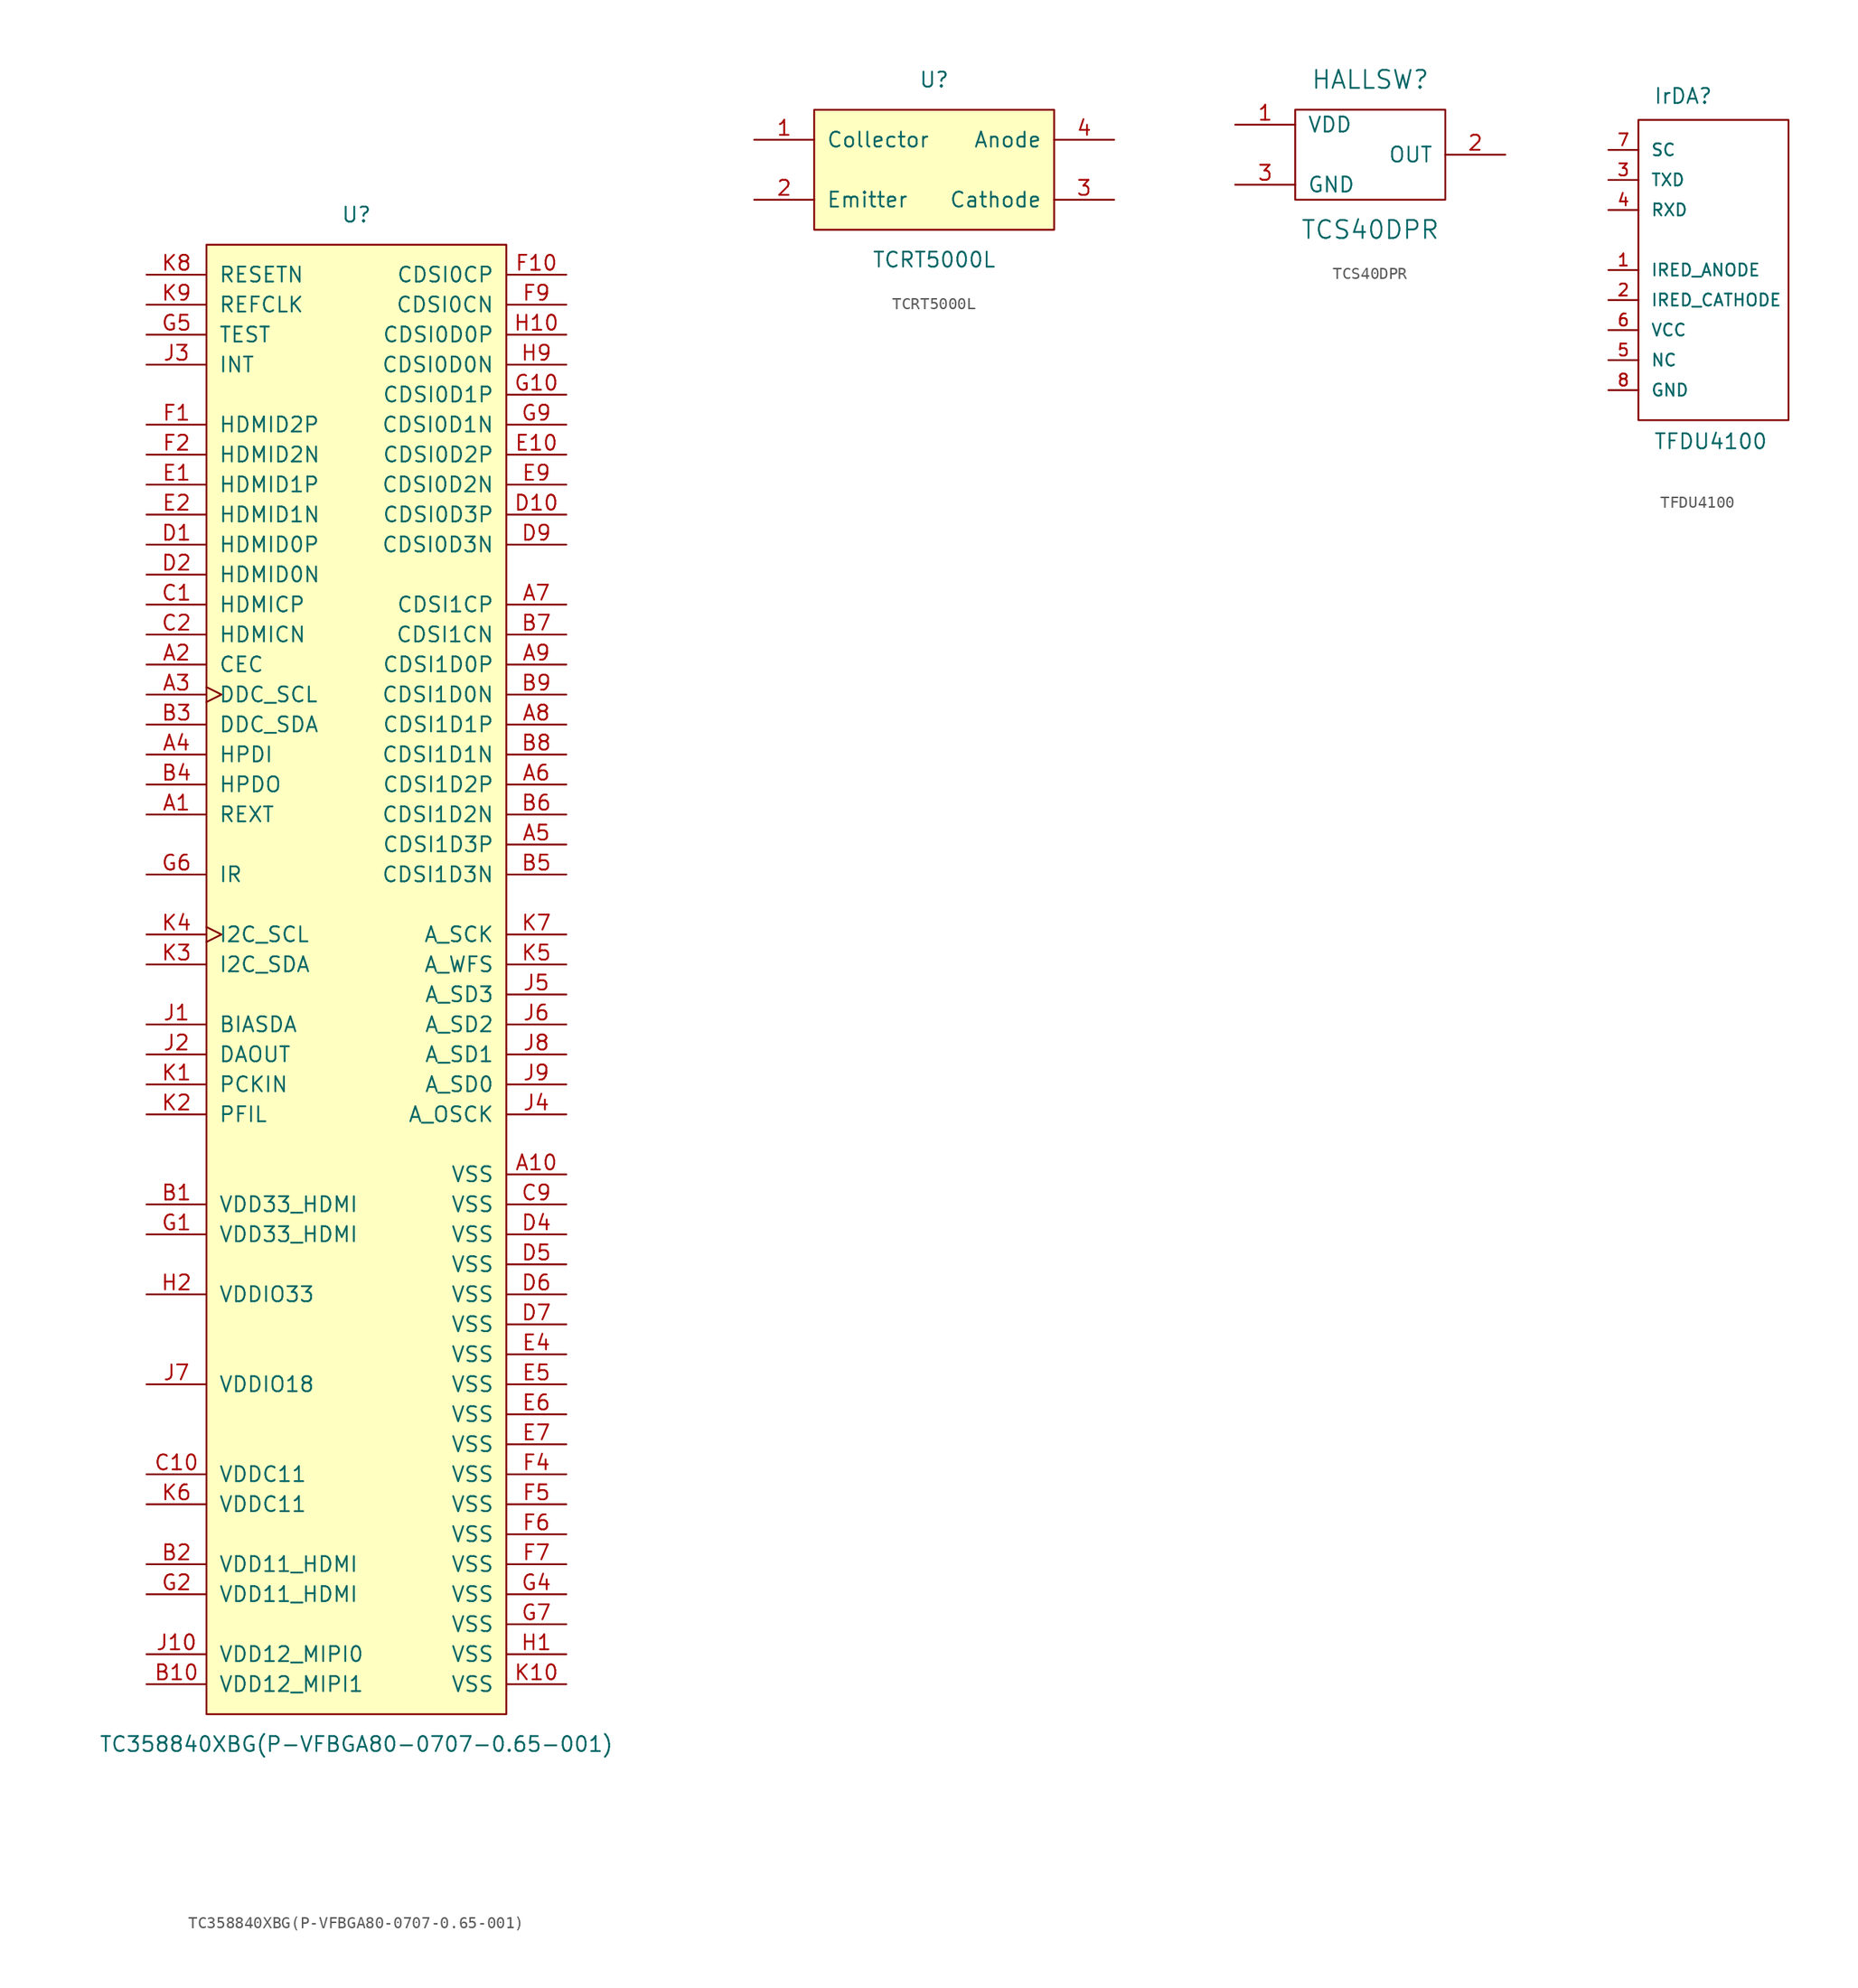
<source format=kicad_sym>
(kicad_symbol_lib
  (version 20220914)
  (generator kicad_symbol_editor)
  (symbol "TC358840XBG(P-VFBGA80-0707-0.65-001)"
    (pin_names
      (offset 1.016))
    (property "Reference" "U"
      (at 0 63.5 0)
      (effects (font (size 1.27 1.27))))
    (property "Value" "TC358840XBG(P-VFBGA80-0707-0.65-001)"
      (at 0 -66.04 0)
      (effects (font (size 1.27 1.27))))
    (symbol "TC358840XBG(P-VFBGA80-0707-0.65-001)_0_1"
      (rectangle (start -12.7 60.96) (end 12.7 -63.5) (stroke (width 0) (type solid)) (fill (type background))))
    (symbol "TC358840XBG(P-VFBGA80-0707-0.65-001)_1_1"
      (pin input line (at -17.78 12.7 0) (length 5.08) (name "REXT" (effects (font (size 1.27 1.27)))) (number "A1" (effects (font (size 1.27 1.27)))))
      (pin power_in line (at 17.78 -17.78 180) (length 5.08) (name "VSS" (effects (font (size 1.27 1.27)))) (number "A10" (effects (font (size 1.27 1.27)))))
      (pin bidirectional line (at -17.78 25.4 0) (length 5.08) (name "CEC" (effects (font (size 1.27 1.27)))) (number "A2" (effects (font (size 1.27 1.27)))))
      (pin bidirectional clock (at -17.78 22.86 0) (length 5.08) (name "DDC_SCL" (effects (font (size 1.27 1.27)))) (number "A3" (effects (font (size 1.27 1.27)))))
      (pin input line (at -17.78 17.78 0) (length 5.08) (name "HPDI" (effects (font (size 1.27 1.27)))) (number "A4" (effects (font (size 1.27 1.27)))))
      (pin output line (at 17.78 10.16 180) (length 5.08) (name "CDSI1D3P" (effects (font (size 1.27 1.27)))) (number "A5" (effects (font (size 1.27 1.27)))))
      (pin output line (at 17.78 15.24 180) (length 5.08) (name "CDSI1D2P" (effects (font (size 1.27 1.27)))) (number "A6" (effects (font (size 1.27 1.27)))))
      (pin output line (at 17.78 30.48 180) (length 5.08) (name "CDSI1CP" (effects (font (size 1.27 1.27)))) (number "A7" (effects (font (size 1.27 1.27)))))
      (pin output line (at 17.78 20.32 180) (length 5.08) (name "CDSI1D1P" (effects (font (size 1.27 1.27)))) (number "A8" (effects (font (size 1.27 1.27)))))
      (pin output line (at 17.78 25.4 180) (length 5.08) (name "CDSI1D0P" (effects (font (size 1.27 1.27)))) (number "A9" (effects (font (size 1.27 1.27)))))
      (pin power_in line (at -17.78 -20.32 0) (length 5.08) (name "VDD33_HDMI" (effects (font (size 1.27 1.27)))) (number "B1" (effects (font (size 1.27 1.27)))))
      (pin power_in line (at -17.78 -60.96 0) (length 5.08) (name "VDD12_MIPI1" (effects (font (size 1.27 1.27)))) (number "B10" (effects (font (size 1.27 1.27)))))
      (pin power_in line (at -17.78 -50.8 0) (length 5.08) (name "VDD11_HDMI" (effects (font (size 1.27 1.27)))) (number "B2" (effects (font (size 1.27 1.27)))))
      (pin bidirectional line (at -17.78 20.32 0) (length 5.08) (name "DDC_SDA" (effects (font (size 1.27 1.27)))) (number "B3" (effects (font (size 1.27 1.27)))))
      (pin output line (at -17.78 15.24 0) (length 5.08) (name "HPDO" (effects (font (size 1.27 1.27)))) (number "B4" (effects (font (size 1.27 1.27)))))
      (pin output line (at 17.78 7.62 180) (length 5.08) (name "CDSI1D3N" (effects (font (size 1.27 1.27)))) (number "B5" (effects (font (size 1.27 1.27)))))
      (pin output line (at 17.78 12.7 180) (length 5.08) (name "CDSI1D2N" (effects (font (size 1.27 1.27)))) (number "B6" (effects (font (size 1.27 1.27)))))
      (pin output line (at 17.78 27.94 180) (length 5.08) (name "CDSI1CN" (effects (font (size 1.27 1.27)))) (number "B7" (effects (font (size 1.27 1.27)))))
      (pin output line (at 17.78 17.78 180) (length 5.08) (name "CDSI1D1N" (effects (font (size 1.27 1.27)))) (number "B8" (effects (font (size 1.27 1.27)))))
      (pin output line (at 17.78 22.86 180) (length 5.08) (name "CDSI1D0N" (effects (font (size 1.27 1.27)))) (number "B9" (effects (font (size 1.27 1.27)))))
      (pin input line (at -17.78 30.48 0) (length 5.08) (name "HDMICP" (effects (font (size 1.27 1.27)))) (number "C1" (effects (font (size 1.27 1.27)))))
      (pin power_in line (at -17.78 -43.18 0) (length 5.08) (name "VDDC11" (effects (font (size 1.27 1.27)))) (number "C10" (effects (font (size 1.27 1.27)))))
      (pin input line (at -17.78 27.94 0) (length 5.08) (name "HDMICN" (effects (font (size 1.27 1.27)))) (number "C2" (effects (font (size 1.27 1.27)))))
      (pin power_in line (at 17.78 -20.32 180) (length 5.08) (name "VSS" (effects (font (size 1.27 1.27)))) (number "C9" (effects (font (size 1.27 1.27)))))
      (pin input line (at -17.78 35.56 0) (length 5.08) (name "HDMID0P" (effects (font (size 1.27 1.27)))) (number "D1" (effects (font (size 1.27 1.27)))))
      (pin output line (at 17.78 38.1 180) (length 5.08) (name "CDSI0D3P" (effects (font (size 1.27 1.27)))) (number "D10" (effects (font (size 1.27 1.27)))))
      (pin input line (at -17.78 33.02 0) (length 5.08) (name "HDMID0N" (effects (font (size 1.27 1.27)))) (number "D2" (effects (font (size 1.27 1.27)))))
      (pin power_in line (at 17.78 -22.86 180) (length 5.08) (name "VSS" (effects (font (size 1.27 1.27)))) (number "D4" (effects (font (size 1.27 1.27)))))
      (pin power_in line (at 17.78 -25.4 180) (length 5.08) (name "VSS" (effects (font (size 1.27 1.27)))) (number "D5" (effects (font (size 1.27 1.27)))))
      (pin power_in line (at 17.78 -27.94 180) (length 5.08) (name "VSS" (effects (font (size 1.27 1.27)))) (number "D6" (effects (font (size 1.27 1.27)))))
      (pin power_in line (at 17.78 -30.48 180) (length 5.08) (name "VSS" (effects (font (size 1.27 1.27)))) (number "D7" (effects (font (size 1.27 1.27)))))
      (pin output line (at 17.78 35.56 180) (length 5.08) (name "CDSI0D3N" (effects (font (size 1.27 1.27)))) (number "D9" (effects (font (size 1.27 1.27)))))
      (pin input line (at -17.78 40.64 0) (length 5.08) (name "HDMID1P" (effects (font (size 1.27 1.27)))) (number "E1" (effects (font (size 1.27 1.27)))))
      (pin output line (at 17.78 43.18 180) (length 5.08) (name "CDSI0D2P" (effects (font (size 1.27 1.27)))) (number "E10" (effects (font (size 1.27 1.27)))))
      (pin input line (at -17.78 38.1 0) (length 5.08) (name "HDMID1N" (effects (font (size 1.27 1.27)))) (number "E2" (effects (font (size 1.27 1.27)))))
      (pin power_in line (at 17.78 -33.02 180) (length 5.08) (name "VSS" (effects (font (size 1.27 1.27)))) (number "E4" (effects (font (size 1.27 1.27)))))
      (pin power_in line (at 17.78 -35.56 180) (length 5.08) (name "VSS" (effects (font (size 1.27 1.27)))) (number "E5" (effects (font (size 1.27 1.27)))))
      (pin power_in line (at 17.78 -38.1 180) (length 5.08) (name "VSS" (effects (font (size 1.27 1.27)))) (number "E6" (effects (font (size 1.27 1.27)))))
      (pin power_in line (at 17.78 -40.64 180) (length 5.08) (name "VSS" (effects (font (size 1.27 1.27)))) (number "E7" (effects (font (size 1.27 1.27)))))
      (pin output line (at 17.78 40.64 180) (length 5.08) (name "CDSI0D2N" (effects (font (size 1.27 1.27)))) (number "E9" (effects (font (size 1.27 1.27)))))
      (pin input line (at -17.78 45.72 0) (length 5.08) (name "HDMID2P" (effects (font (size 1.27 1.27)))) (number "F1" (effects (font (size 1.27 1.27)))))
      (pin output line (at 17.78 58.42 180) (length 5.08) (name "CDSI0CP" (effects (font (size 1.27 1.27)))) (number "F10" (effects (font (size 1.27 1.27)))))
      (pin input line (at -17.78 43.18 0) (length 5.08) (name "HDMID2N" (effects (font (size 1.27 1.27)))) (number "F2" (effects (font (size 1.27 1.27)))))
      (pin power_in line (at 17.78 -43.18 180) (length 5.08) (name "VSS" (effects (font (size 1.27 1.27)))) (number "F4" (effects (font (size 1.27 1.27)))))
      (pin power_in line (at 17.78 -45.72 180) (length 5.08) (name "VSS" (effects (font (size 1.27 1.27)))) (number "F5" (effects (font (size 1.27 1.27)))))
      (pin power_in line (at 17.78 -48.26 180) (length 5.08) (name "VSS" (effects (font (size 1.27 1.27)))) (number "F6" (effects (font (size 1.27 1.27)))))
      (pin power_in line (at 17.78 -50.8 180) (length 5.08) (name "VSS" (effects (font (size 1.27 1.27)))) (number "F7" (effects (font (size 1.27 1.27)))))
      (pin output line (at 17.78 55.88 180) (length 5.08) (name "CDSI0CN" (effects (font (size 1.27 1.27)))) (number "F9" (effects (font (size 1.27 1.27)))))
      (pin power_in line (at -17.78 -22.86 0) (length 5.08) (name "VDD33_HDMI" (effects (font (size 1.27 1.27)))) (number "G1" (effects (font (size 1.27 1.27)))))
      (pin output line (at 17.78 48.26 180) (length 5.08) (name "CDSI0D1P" (effects (font (size 1.27 1.27)))) (number "G10" (effects (font (size 1.27 1.27)))))
      (pin power_in line (at -17.78 -53.34 0) (length 5.08) (name "VDD11_HDMI" (effects (font (size 1.27 1.27)))) (number "G2" (effects (font (size 1.27 1.27)))))
      (pin power_in line (at 17.78 -53.34 180) (length 5.08) (name "VSS" (effects (font (size 1.27 1.27)))) (number "G4" (effects (font (size 1.27 1.27)))))
      (pin input line (at -17.78 53.34 0) (length 5.08) (name "TEST" (effects (font (size 1.27 1.27)))) (number "G5" (effects (font (size 1.27 1.27)))))
      (pin input line (at -17.78 7.62 0) (length 5.08) (name "IR" (effects (font (size 1.27 1.27)))) (number "G6" (effects (font (size 1.27 1.27)))))
      (pin power_in line (at 17.78 -55.88 180) (length 5.08) (name "VSS" (effects (font (size 1.27 1.27)))) (number "G7" (effects (font (size 1.27 1.27)))))
      (pin output line (at 17.78 45.72 180) (length 5.08) (name "CDSI0D1N" (effects (font (size 1.27 1.27)))) (number "G9" (effects (font (size 1.27 1.27)))))
      (pin power_in line (at 17.78 -58.42 180) (length 5.08) (name "VSS" (effects (font (size 1.27 1.27)))) (number "H1" (effects (font (size 1.27 1.27)))))
      (pin output line (at 17.78 53.34 180) (length 5.08) (name "CDSI0D0P" (effects (font (size 1.27 1.27)))) (number "H10" (effects (font (size 1.27 1.27)))))
      (pin power_in line (at -17.78 -27.94 0) (length 5.08) (name "VDDIO33" (effects (font (size 1.27 1.27)))) (number "H2" (effects (font (size 1.27 1.27)))))
      (pin output line (at 17.78 50.8 180) (length 5.08) (name "CDSI0D0N" (effects (font (size 1.27 1.27)))) (number "H9" (effects (font (size 1.27 1.27)))))
      (pin output line (at -17.78 -5.08 0) (length 5.08) (name "BIASDA" (effects (font (size 1.27 1.27)))) (number "J1" (effects (font (size 1.27 1.27)))))
      (pin power_in line (at -17.78 -58.42 0) (length 5.08) (name "VDD12_MIPI0" (effects (font (size 1.27 1.27)))) (number "J10" (effects (font (size 1.27 1.27)))))
      (pin output line (at -17.78 -7.62 0) (length 5.08) (name "DAOUT" (effects (font (size 1.27 1.27)))) (number "J2" (effects (font (size 1.27 1.27)))))
      (pin output line (at -17.78 50.8 0) (length 5.08) (name "INT" (effects (font (size 1.27 1.27)))) (number "J3" (effects (font (size 1.27 1.27)))))
      (pin output line (at 17.78 -12.7 180) (length 5.08) (name "A_OSCK" (effects (font (size 1.27 1.27)))) (number "J4" (effects (font (size 1.27 1.27)))))
      (pin output line (at 17.78 -2.54 180) (length 5.08) (name "A_SD3" (effects (font (size 1.27 1.27)))) (number "J5" (effects (font (size 1.27 1.27)))))
      (pin output line (at 17.78 -5.08 180) (length 5.08) (name "A_SD2" (effects (font (size 1.27 1.27)))) (number "J6" (effects (font (size 1.27 1.27)))))
      (pin power_in line (at -17.78 -35.56 0) (length 5.08) (name "VDDIO18" (effects (font (size 1.27 1.27)))) (number "J7" (effects (font (size 1.27 1.27)))))
      (pin output line (at 17.78 -7.62 180) (length 5.08) (name "A_SD1" (effects (font (size 1.27 1.27)))) (number "J8" (effects (font (size 1.27 1.27)))))
      (pin output line (at 17.78 -10.16 180) (length 5.08) (name "A_SD0" (effects (font (size 1.27 1.27)))) (number "J9" (effects (font (size 1.27 1.27)))))
      (pin input line (at -17.78 -10.16 0) (length 5.08) (name "PCKIN" (effects (font (size 1.27 1.27)))) (number "K1" (effects (font (size 1.27 1.27)))))
      (pin power_in line (at 17.78 -60.96 180) (length 5.08) (name "VSS" (effects (font (size 1.27 1.27)))) (number "K10" (effects (font (size 1.27 1.27)))))
      (pin output line (at -17.78 -12.7 0) (length 5.08) (name "PFIL" (effects (font (size 1.27 1.27)))) (number "K2" (effects (font (size 1.27 1.27)))))
      (pin bidirectional line (at -17.78 0 0) (length 5.08) (name "I2C_SDA" (effects (font (size 1.27 1.27)))) (number "K3" (effects (font (size 1.27 1.27)))))
      (pin input clock (at -17.78 2.54 0) (length 5.08) (name "I2C_SCL" (effects (font (size 1.27 1.27)))) (number "K4" (effects (font (size 1.27 1.27)))))
      (pin output line (at 17.78 0 180) (length 5.08) (name "A_WFS" (effects (font (size 1.27 1.27)))) (number "K5" (effects (font (size 1.27 1.27)))))
      (pin power_in line (at -17.78 -45.72 0) (length 5.08) (name "VDDC11" (effects (font (size 1.27 1.27)))) (number "K6" (effects (font (size 1.27 1.27)))))
      (pin output line (at 17.78 2.54 180) (length 5.08) (name "A_SCK" (effects (font (size 1.27 1.27)))) (number "K7" (effects (font (size 1.27 1.27)))))
      (pin input line (at -17.78 58.42 0) (length 5.08) (name "RESETN" (effects (font (size 1.27 1.27)))) (number "K8" (effects (font (size 1.27 1.27)))))
      (pin input line (at -17.78 55.88 0) (length 5.08) (name "REFCLK" (effects (font (size 1.27 1.27)))) (number "K9" (effects (font (size 1.27 1.27)))))))
  (symbol "TCRT5000L"
    (pin_names
      (offset 1.016))
    (property "Reference" "U"
      (at 0 7.62 0)
      (effects (font (size 1.27 1.27))))
    (property "Value" "TCRT5000L"
      (at 0 -7.62 0)
      (effects (font (size 1.27 1.27))))
    (symbol "TCRT5000L_0_1"
      (rectangle (start -10.16 5.08) (end 10.16 -5.08) (stroke (width 0) (type solid)) (fill (type background))))
    (symbol "TCRT5000L_1_1"
      (pin passive line (at -15.24 2.54 0) (length 5.08) (name "Collector" (effects (font (size 1.27 1.27)))) (number "1" (effects (font (size 1.27 1.27)))))
      (pin passive line (at -15.24 -2.54 0) (length 5.08) (name "Emitter" (effects (font (size 1.27 1.27)))) (number "2" (effects (font (size 1.27 1.27)))))
      (pin passive line (at 15.24 -2.54 180) (length 5.08) (name "Cathode" (effects (font (size 1.27 1.27)))) (number "3" (effects (font (size 1.27 1.27)))))
      (pin passive line (at 15.24 2.54 180) (length 5.08) (name "Anode" (effects (font (size 1.27 1.27)))) (number "4" (effects (font (size 1.27 1.27)))))))
  (symbol "TCS40DPR"
    (pin_names
      (offset 1.016))
    (property "Reference" "HALLSW"
      (at 0 6.35 0)
      (effects (font (size 1.524 1.524))))
    (property "Value" "TCS40DPR"
      (at 0 -6.35 0)
      (effects (font (size 1.524 1.524))))
    (property "Footprint" ""
      (at 0 0 0)
      (effects (font (size 1.524 1.524))))
    (property "Datasheet" ""
      (at 0 0 0)
      (effects (font (size 1.524 1.524))))
    (symbol "TCS40DPR_0_1"
      (rectangle (start -6.35 3.81) (end 6.35 -3.81) (stroke (width 0) (type solid)) (fill (type none))))
    (symbol "TCS40DPR_1_1"
      (pin power_in line (at -11.43 2.54 0) (length 5.08) (name "VDD" (effects (font (size 1.27 1.27)))) (number "1" (effects (font (size 1.27 1.27)))))
      (pin output line (at 11.43 0 180) (length 5.08) (name "OUT" (effects (font (size 1.27 1.27)))) (number "2" (effects (font (size 1.27 1.27)))))
      (pin power_in line (at -11.43 -2.54 0) (length 5.08) (name "GND" (effects (font (size 1.27 1.27)))) (number "3" (effects (font (size 1.27 1.27)))))))
  (symbol "TFDU4100"
    (pin_names
      (offset 1.016))
    (property "Reference" "IrDA"
      (at -3.81 13.97 0)
      (effects (font (size 1.27 1.27)) (justify left bottom)))
    (property "Value" "TFDU4100"
      (at -3.81 -15.24 0)
      (effects (font (size 1.27 1.27)) (justify left bottom)))
    (property "Datasheet" ""
      (at 7.62 0 0)
      (effects (font (size 1.524 1.524))))
    (symbol "TFDU4100_0_1"
      (rectangle (start -5.08 12.7) (end 7.62 -12.7) (stroke (width 0) (type solid)) (fill (type none))))
    (symbol "TFDU4100_1_1"
      (pin passive line (at -7.62 0 0) (length 2.54) (name "IRED_ANODE" (effects (font (size 1.016 1.016)))) (number "1" (effects (font (size 1.016 1.016)))))
      (pin passive line (at -7.62 -2.54 0) (length 2.54) (name "IRED_CATHODE" (effects (font (size 1.016 1.016)))) (number "2" (effects (font (size 1.016 1.016)))))
      (pin input line (at -7.62 7.62 0) (length 2.54) (name "TXD" (effects (font (size 1.016 1.016)))) (number "3" (effects (font (size 1.016 1.016)))))
      (pin output line (at -7.62 5.08 0) (length 2.54) (name "RXD" (effects (font (size 1.016 1.016)))) (number "4" (effects (font (size 1.016 1.016)))))
      (pin passive line (at -7.62 -7.62 0) (length 2.54) (name "NC" (effects (font (size 1.016 1.016)))) (number "5" (effects (font (size 1.016 1.016)))))
      (pin power_in line (at -7.62 -5.08 0) (length 2.54) (name "VCC" (effects (font (size 1.016 1.016)))) (number "6" (effects (font (size 1.016 1.016)))))
      (pin input line (at -7.62 10.16 0) (length 2.54) (name "SC" (effects (font (size 1.016 1.016)))) (number "7" (effects (font (size 1.016 1.016)))))
      (pin power_in line (at -7.62 -10.16 0) (length 2.54) (name "GND" (effects (font (size 1.016 1.016)))) (number "8" (effects (font (size 1.016 1.016))))))))
</source>
